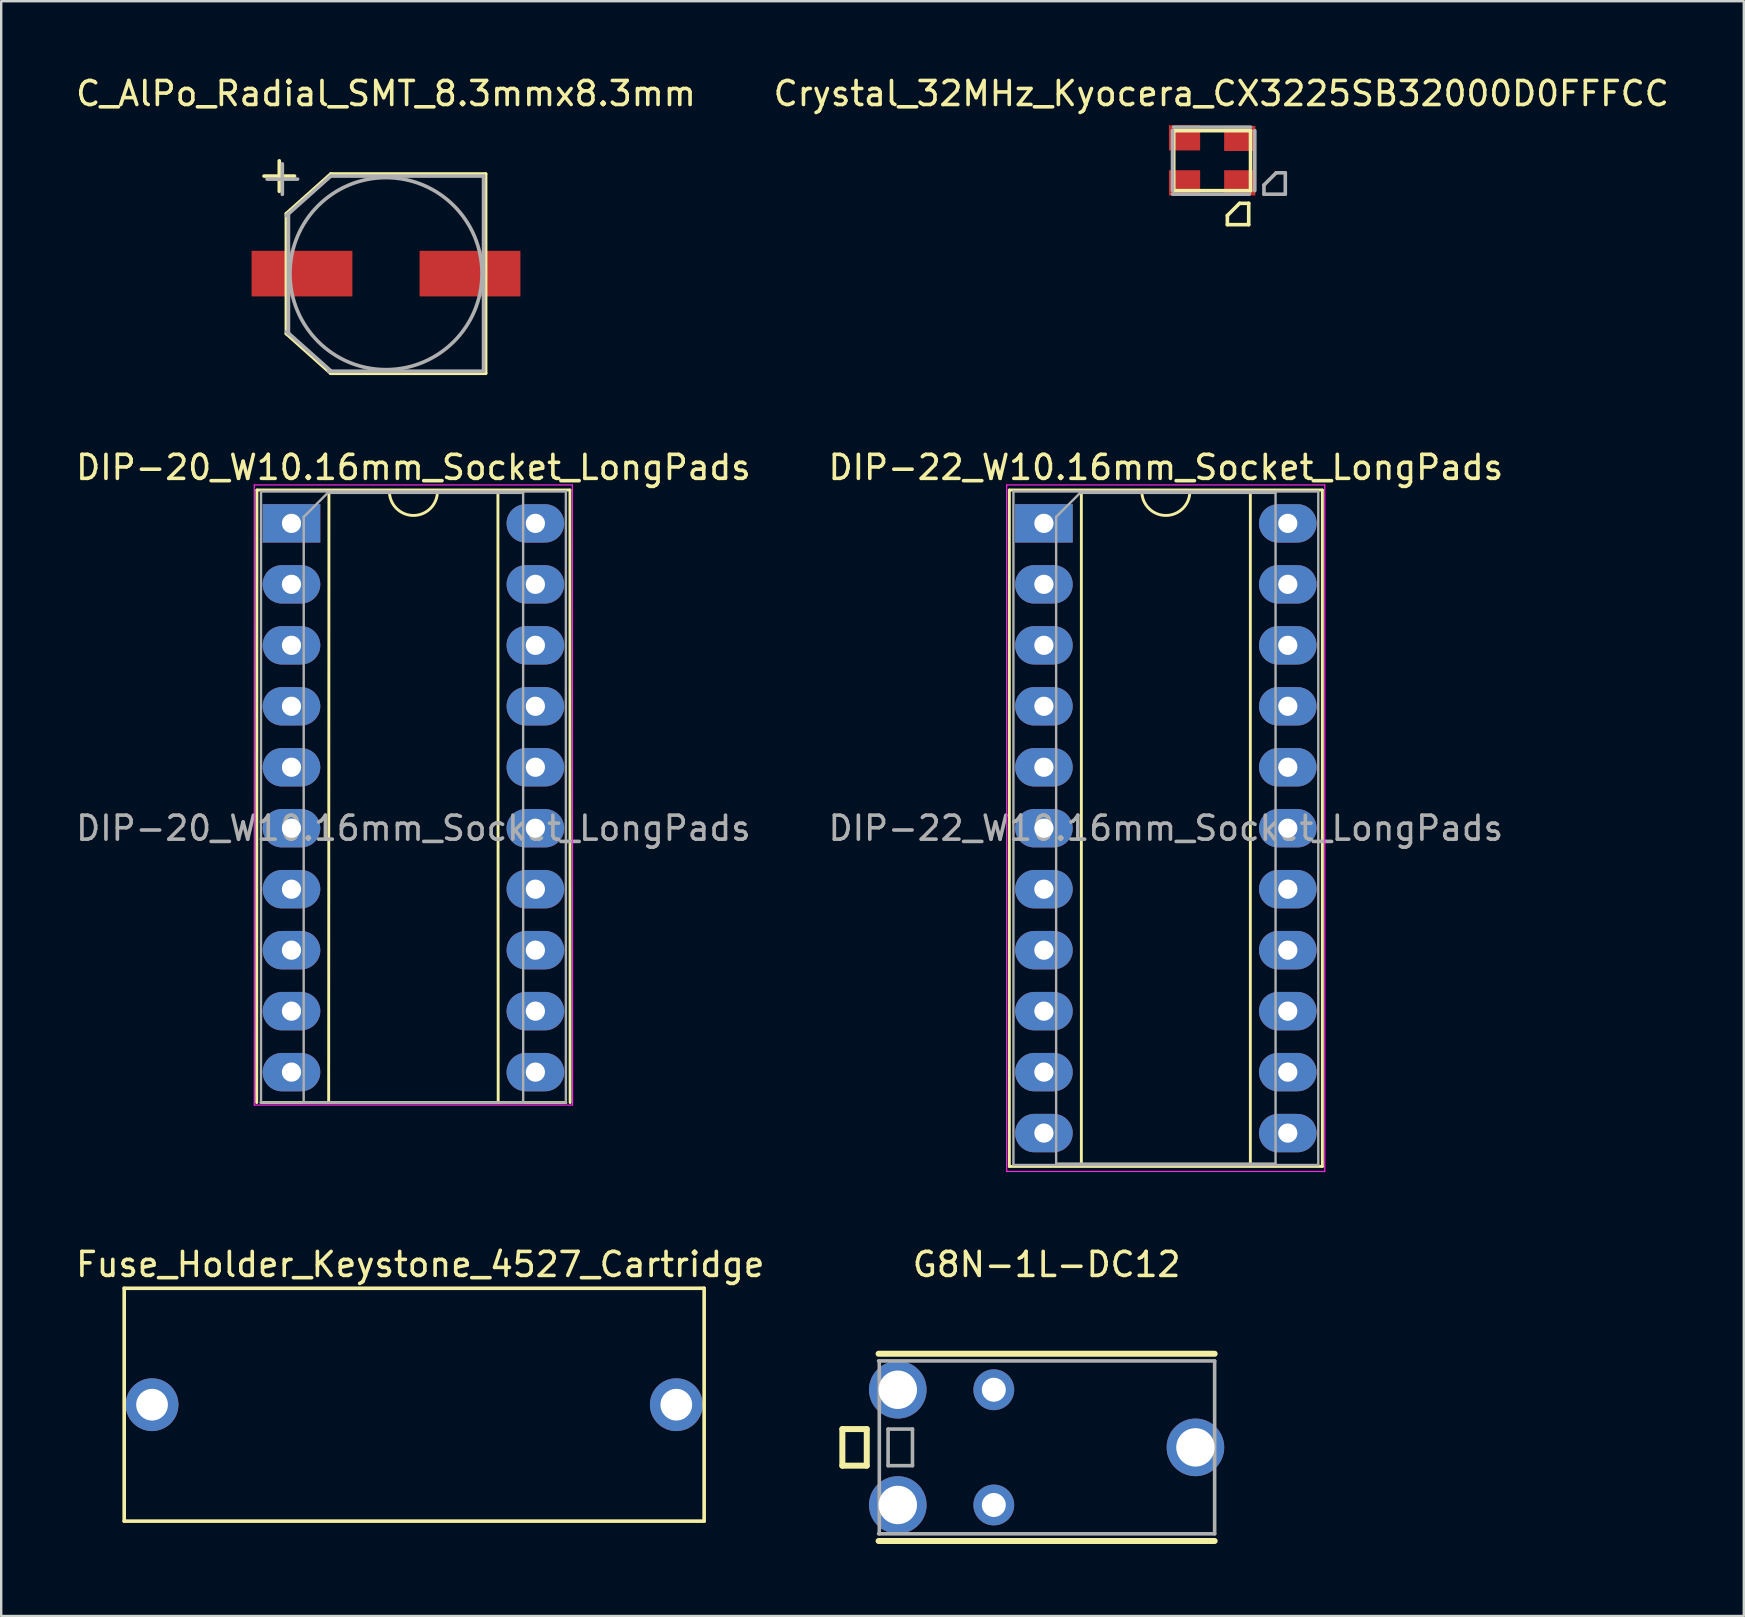
<source format=kicad_pcb>
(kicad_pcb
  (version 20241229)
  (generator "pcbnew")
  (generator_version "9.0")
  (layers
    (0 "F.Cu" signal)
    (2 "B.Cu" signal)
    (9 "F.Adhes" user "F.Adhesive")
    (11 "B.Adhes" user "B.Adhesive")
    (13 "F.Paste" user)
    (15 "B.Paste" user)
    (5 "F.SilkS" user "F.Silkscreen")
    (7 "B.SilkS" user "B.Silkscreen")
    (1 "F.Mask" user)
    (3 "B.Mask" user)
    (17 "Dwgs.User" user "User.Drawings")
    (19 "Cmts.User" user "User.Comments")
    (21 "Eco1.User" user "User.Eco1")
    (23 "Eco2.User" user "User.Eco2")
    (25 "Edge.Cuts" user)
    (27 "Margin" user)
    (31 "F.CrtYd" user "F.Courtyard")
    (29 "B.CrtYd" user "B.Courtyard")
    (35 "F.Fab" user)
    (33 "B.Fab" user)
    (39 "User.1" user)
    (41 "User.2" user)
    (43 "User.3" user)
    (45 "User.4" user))
  (footprint "DIP-20_W10.16mm_Socket_LongPads"
    (layer "F.Cu")
    (at 9.093 18.753)
    (property "Reference" "DIP-20_W10.16mm_Socket_LongPads" (at 5.08 -2.33 0) (layer "F.SilkS") (effects (font (size 1 1) (thickness 0.15))))
    (attr through_hole)
    (fp_line (start -1.44 -1.39) (end -1.448 24.13) (stroke (width 0.12) (type solid)) (layer "F.SilkS"))
    (fp_line (start -1.27 24.13) (end 11.43 24.13) (stroke (width 0.12) (type solid)) (layer "F.SilkS"))
    (fp_line (start 1.27 24.13) (end 8.89 24.13) (stroke (width 0.12) (type solid)) (layer "F.SilkS"))
    (fp_line (start 1.56 -1.33) (end 1.549 24.13) (stroke (width 0.12) (type solid)) (layer "F.SilkS"))
    (fp_line (start 4.08 -1.33) (end 1.56 -1.33) (stroke (width 0.12) (type solid)) (layer "F.SilkS"))
    (fp_line (start 8.6 -1.33) (end 6.08 -1.33) (stroke (width 0.12) (type solid)) (layer "F.SilkS"))
    (fp_line (start 8.611 24.13) (end 8.6 -1.33) (stroke (width 0.12) (type solid)) (layer "F.SilkS"))
    (fp_line (start 11.6 -1.39) (end -1.44 -1.39) (stroke (width 0.12) (type solid)) (layer "F.SilkS"))
    (fp_line (start 11.608 24.13) (end 11.6 -1.39) (stroke (width 0.12) (type solid)) (layer "F.SilkS"))
    (fp_arc (start 6.08 -1.33) (mid 5.08 -0.33) (end 4.08 -1.33) (stroke (width 0.12) (type solid)) (layer "F.SilkS"))
    (fp_line (start -1.55 -1.6) (end -1.549 24.232) (stroke (width 0.05) (type solid)) (layer "F.CrtYd"))
    (fp_line (start -1.549 24.232) (end 11.684 24.232) (stroke (width 0.05) (type solid)) (layer "F.CrtYd"))
    (fp_line (start 11.7 -1.6) (end -1.55 -1.6) (stroke (width 0.05) (type solid)) (layer "F.CrtYd"))
    (fp_line (start 11.709 24.232) (end 11.7 -1.6) (stroke (width 0.05) (type solid)) (layer "F.CrtYd"))
    (fp_line (start -1.27 -1.33) (end -1.27 24.13) (stroke (width 0.1) (type solid)) (layer "F.Fab"))
    (fp_line (start -1.27 24.13) (end 11.43 24.13) (stroke (width 0.1) (type solid)) (layer "F.Fab"))
    (fp_line (start 0.508 24.13) (end 0.51 -0.27) (stroke (width 0.1) (type solid)) (layer "F.Fab"))
    (fp_line (start 0.51 -0.27) (end 1.51 -1.27) (stroke (width 0.1) (type solid)) (layer "F.Fab"))
    (fp_line (start 1.51 -1.27) (end 9.65 -1.27) (stroke (width 0.1) (type solid)) (layer "F.Fab"))
    (fp_line (start 9.65 -1.27) (end 9.652 24.13) (stroke (width 0.1) (type solid)) (layer "F.Fab"))
    (fp_line (start 9.65 24.13) (end 0.51 24.13) (stroke (width 0.1) (type solid)) (layer "F.Fab"))
    (fp_line (start 11.43 -1.33) (end -1.27 -1.33) (stroke (width 0.1) (type solid)) (layer "F.Fab"))
    (fp_line (start 11.43 24.13) (end 11.43 -1.33) (stroke (width 0.1) (type solid)) (layer "F.Fab"))
    (fp_text user "${REFERENCE}" (at 5.08 12.7 0) (layer "F.Fab") (effects (font (size 1 1) (thickness 0.15))))
    (pad "1" thru_hole rect (at 0 0) (size 2.4 1.6) (drill 0.8) (layers "*.Cu" "*.Mask"))
    (pad "2" thru_hole oval (at 0 2.54) (size 2.4 1.6) (drill 0.8) (layers "*.Cu" "*.Mask"))
    (pad "3" thru_hole oval (at 0 5.08) (size 2.4 1.6) (drill 0.8) (layers "*.Cu" "*.Mask"))
    (pad "4" thru_hole oval (at 0 7.62) (size 2.4 1.6) (drill 0.8) (layers "*.Cu" "*.Mask"))
    (pad "5" thru_hole oval (at 0 10.16) (size 2.4 1.6) (drill 0.8) (layers "*.Cu" "*.Mask"))
    (pad "6" thru_hole oval (at 0 12.7) (size 2.4 1.6) (drill 0.8) (layers "*.Cu" "*.Mask"))
    (pad "7" thru_hole oval (at 0 15.24) (size 2.4 1.6) (drill 0.8) (layers "*.Cu" "*.Mask"))
    (pad "8" thru_hole oval (at 0 17.78) (size 2.4 1.6) (drill 0.8) (layers "*.Cu" "*.Mask"))
    (pad "9" thru_hole oval (at 0 20.32) (size 2.4 1.6) (drill 0.8) (layers "*.Cu" "*.Mask"))
    (pad "10" thru_hole oval (at 0 22.86) (size 2.4 1.6) (drill 0.8) (layers "*.Cu" "*.Mask"))
    (pad "13" thru_hole oval (at 10.16 22.86) (size 2.4 1.6) (drill 0.8) (layers "*.Cu" "*.Mask"))
    (pad "14" thru_hole oval (at 10.16 20.32) (size 2.4 1.6) (drill 0.8) (layers "*.Cu" "*.Mask"))
    (pad "15" thru_hole oval (at 10.16 17.78) (size 2.4 1.6) (drill 0.8) (layers "*.Cu" "*.Mask"))
    (pad "16" thru_hole oval (at 10.16 15.24) (size 2.4 1.6) (drill 0.8) (layers "*.Cu" "*.Mask"))
    (pad "17" thru_hole oval (at 10.16 12.7) (size 2.4 1.6) (drill 0.8) (layers "*.Cu" "*.Mask"))
    (pad "18" thru_hole oval (at 10.16 10.16) (size 2.4 1.6) (drill 0.8) (layers "*.Cu" "*.Mask"))
    (pad "19" thru_hole oval (at 10.16 7.62) (size 2.4 1.6) (drill 0.8) (layers "*.Cu" "*.Mask"))
    (pad "20" thru_hole oval (at 10.16 5.08) (size 2.4 1.6) (drill 0.8) (layers "*.Cu" "*.Mask"))
    (pad "21" thru_hole oval (at 10.16 2.54) (size 2.4 1.6) (drill 0.8) (layers "*.Cu" "*.Mask"))
    (pad "22" thru_hole oval (at 10.16 0) (size 2.4 1.6) (drill 0.8) (layers "*.Cu" "*.Mask")))
  (footprint "G8N-1L-DC12"
    (layer "F.Cu")
    (at 40.551 57.246)
    (property "Reference" "G8N-1L-DC12" (at 0 -7.62 0) (layer "F.SilkS") (effects (font (size 1 1) (thickness 0.15))))
    (attr through_hole)
    (fp_line (start -8.509 -0.762) (end -7.493 -0.762) (stroke (width 0.25) (type solid)) (layer "F.SilkS"))
    (fp_line (start -8.509 0.762) (end -8.509 -0.762) (stroke (width 0.25) (type solid)) (layer "F.SilkS"))
    (fp_line (start -7.493 -0.762) (end -7.493 0.762) (stroke (width 0.25) (type solid)) (layer "F.SilkS"))
    (fp_line (start -7.493 0.762) (end -8.509 0.762) (stroke (width 0.25) (type solid)) (layer "F.SilkS"))
    (fp_line (start -7 -3.9) (end 7 -3.9) (stroke (width 0.25) (type solid)) (layer "F.SilkS"))
    (fp_line (start -7 3.9) (end 7 3.9) (stroke (width 0.25) (type solid)) (layer "F.SilkS"))
    (fp_line (start -7 -3.6) (end 7 -3.6) (stroke (width 0.15) (type solid)) (layer "F.Fab"))
    (fp_line (start -7 3.6) (end 7 3.6) (stroke (width 0.15) (type solid)) (layer "F.Fab"))
    (fp_line (start -6.97 -3.6) (end -6.97 3.6) (stroke (width 0.15) (type solid)) (layer "F.Fab"))
    (fp_line (start -6.604 -0.762) (end -5.588 -0.762) (stroke (width 0.15) (type solid)) (layer "F.Fab"))
    (fp_line (start -6.604 0.762) (end -6.604 -0.762) (stroke (width 0.15) (type solid)) (layer "F.Fab"))
    (fp_line (start -5.588 -0.762) (end -5.588 0.762) (stroke (width 0.15) (type solid)) (layer "F.Fab"))
    (fp_line (start -5.588 0.762) (end -6.604 0.762) (stroke (width 0.15) (type solid)) (layer "F.Fab"))
    (fp_line (start 7 -3.6) (end 7 3.6) (stroke (width 0.15) (type solid)) (layer "F.Fab"))
    (pad "1" thru_hole circle (at 6.2 0) (size 2.4 2.4) (drill 1.6) (layers "*.Cu" "*.Mask"))
    (pad "2" thru_hole circle (at -2.2 2.4) (size 1.7 1.7) (drill 1) (layers "*.Cu" "*.Mask"))
    (pad "3" thru_hole circle (at -6.2 2.4) (size 2.4 2.4) (drill 1.6) (layers "*.Cu" "*.Mask"))
    (pad "4" thru_hole circle (at -6.2 -2.4) (size 2.4 2.4) (drill 1.6) (layers "*.Cu" "*.Mask"))
    (pad "5" thru_hole circle (at -2.2 -2.4) (size 1.7 1.7) (drill 1) (layers "*.Cu" "*.Mask")))
  (footprint "Fuse_Holder_Keystone_4527_Cartridge"
    (layer "F.Cu")
    (at 14.204 55.468)
    (property "Reference" "Fuse_Holder_Keystone_4527_Cartridge" (at 0.254 -5.842 0) (layer "F.SilkS") (effects (font (size 1 1) (thickness 0.15))))
    (attr through_hole)
    (fp_line (start -12.08 -4.85) (end -12.08 4.85) (stroke (width 0.15) (type solid)) (layer "F.SilkS"))
    (fp_line (start -12.08 4.85) (end 12.08 4.85) (stroke (width 0.15) (type solid)) (layer "F.SilkS"))
    (fp_line (start 12.08 -4.85) (end -12.08 -4.85) (stroke (width 0.15) (type solid)) (layer "F.SilkS"))
    (fp_line (start 12.08 4.85) (end 12.08 -4.85) (stroke (width 0.15) (type solid)) (layer "F.SilkS"))
    (pad "1" thru_hole circle (at -10.92 0) (size 2.2 2.2) (drill 1.32) (layers "*.Cu" "*.Mask"))
    (pad "2" thru_hole circle (at 10.92 0) (size 2.2 2.2) (drill 1.32) (layers "*.Cu" "*.Mask")))
  (footprint "DIP-22_W10.16mm_Socket_LongPads"
    (layer "F.Cu")
    (at 40.438 18.753)
    (property "Reference" "DIP-22_W10.16mm_Socket_LongPads" (at 5.08 -2.33 0) (layer "F.SilkS") (effects (font (size 1 1) (thickness 0.15))))
    (attr through_hole)
    (fp_line (start -1.44 -1.39) (end -1.44 26.79) (stroke (width 0.12) (type solid)) (layer "F.SilkS"))
    (fp_line (start -1.44 26.79) (end 11.6 26.79) (stroke (width 0.12) (type solid)) (layer "F.SilkS"))
    (fp_line (start 1.56 -1.33) (end 1.56 26.73) (stroke (width 0.12) (type solid)) (layer "F.SilkS"))
    (fp_line (start 1.56 26.73) (end 8.6 26.73) (stroke (width 0.12) (type solid)) (layer "F.SilkS"))
    (fp_line (start 4.08 -1.33) (end 1.56 -1.33) (stroke (width 0.12) (type solid)) (layer "F.SilkS"))
    (fp_line (start 8.6 -1.33) (end 6.08 -1.33) (stroke (width 0.12) (type solid)) (layer "F.SilkS"))
    (fp_line (start 8.6 26.73) (end 8.6 -1.33) (stroke (width 0.12) (type solid)) (layer "F.SilkS"))
    (fp_line (start 11.6 -1.39) (end -1.44 -1.39) (stroke (width 0.12) (type solid)) (layer "F.SilkS"))
    (fp_line (start 11.6 26.79) (end 11.6 -1.39) (stroke (width 0.12) (type solid)) (layer "F.SilkS"))
    (fp_arc (start 6.08 -1.33) (mid 5.08 -0.33) (end 4.08 -1.33) (stroke (width 0.12) (type solid)) (layer "F.SilkS"))
    (fp_line (start -1.55 -1.6) (end -1.55 27) (stroke (width 0.05) (type solid)) (layer "F.CrtYd"))
    (fp_line (start -1.55 27) (end 11.7 27) (stroke (width 0.05) (type solid)) (layer "F.CrtYd"))
    (fp_line (start 11.7 -1.6) (end -1.55 -1.6) (stroke (width 0.05) (type solid)) (layer "F.CrtYd"))
    (fp_line (start 11.7 27) (end 11.7 -1.6) (stroke (width 0.05) (type solid)) (layer "F.CrtYd"))
    (fp_line (start -1.27 -1.33) (end -1.27 26.73) (stroke (width 0.1) (type solid)) (layer "F.Fab"))
    (fp_line (start -1.27 26.73) (end 11.43 26.73) (stroke (width 0.1) (type solid)) (layer "F.Fab"))
    (fp_line (start 0.51 -0.27) (end 1.51 -1.27) (stroke (width 0.1) (type solid)) (layer "F.Fab"))
    (fp_line (start 0.51 26.67) (end 0.51 -0.27) (stroke (width 0.1) (type solid)) (layer "F.Fab"))
    (fp_line (start 1.51 -1.27) (end 9.65 -1.27) (stroke (width 0.1) (type solid)) (layer "F.Fab"))
    (fp_line (start 9.65 -1.27) (end 9.65 26.67) (stroke (width 0.1) (type solid)) (layer "F.Fab"))
    (fp_line (start 9.65 26.67) (end 0.51 26.67) (stroke (width 0.1) (type solid)) (layer "F.Fab"))
    (fp_line (start 11.43 -1.33) (end -1.27 -1.33) (stroke (width 0.1) (type solid)) (layer "F.Fab"))
    (fp_line (start 11.43 26.73) (end 11.43 -1.33) (stroke (width 0.1) (type solid)) (layer "F.Fab"))
    (fp_text user "${REFERENCE}" (at 5.08 12.7 0) (layer "F.Fab") (effects (font (size 1 1) (thickness 0.15))))
    (pad "1" thru_hole rect (at 0 0) (size 2.4 1.6) (drill 0.8) (layers "*.Cu" "*.Mask"))
    (pad "2" thru_hole oval (at 0 2.54) (size 2.4 1.6) (drill 0.8) (layers "*.Cu" "*.Mask"))
    (pad "3" thru_hole oval (at 0 5.08) (size 2.4 1.6) (drill 0.8) (layers "*.Cu" "*.Mask"))
    (pad "4" thru_hole oval (at 0 7.62) (size 2.4 1.6) (drill 0.8) (layers "*.Cu" "*.Mask"))
    (pad "5" thru_hole oval (at 0 10.16) (size 2.4 1.6) (drill 0.8) (layers "*.Cu" "*.Mask"))
    (pad "6" thru_hole oval (at 0 12.7) (size 2.4 1.6) (drill 0.8) (layers "*.Cu" "*.Mask"))
    (pad "7" thru_hole oval (at 0 15.24) (size 2.4 1.6) (drill 0.8) (layers "*.Cu" "*.Mask"))
    (pad "8" thru_hole oval (at 0 17.78) (size 2.4 1.6) (drill 0.8) (layers "*.Cu" "*.Mask"))
    (pad "9" thru_hole oval (at 0 20.32) (size 2.4 1.6) (drill 0.8) (layers "*.Cu" "*.Mask"))
    (pad "10" thru_hole oval (at 0 22.86) (size 2.4 1.6) (drill 0.8) (layers "*.Cu" "*.Mask"))
    (pad "11" thru_hole oval (at 0 25.4) (size 2.4 1.6) (drill 0.8) (layers "*.Cu" "*.Mask"))
    (pad "12" thru_hole oval (at 10.16 25.4) (size 2.4 1.6) (drill 0.8) (layers "*.Cu" "*.Mask"))
    (pad "13" thru_hole oval (at 10.16 22.86) (size 2.4 1.6) (drill 0.8) (layers "*.Cu" "*.Mask"))
    (pad "14" thru_hole oval (at 10.16 20.32) (size 2.4 1.6) (drill 0.8) (layers "*.Cu" "*.Mask"))
    (pad "15" thru_hole oval (at 10.16 17.78) (size 2.4 1.6) (drill 0.8) (layers "*.Cu" "*.Mask"))
    (pad "16" thru_hole oval (at 10.16 15.24) (size 2.4 1.6) (drill 0.8) (layers "*.Cu" "*.Mask"))
    (pad "17" thru_hole oval (at 10.16 12.7) (size 2.4 1.6) (drill 0.8) (layers "*.Cu" "*.Mask"))
    (pad "18" thru_hole oval (at 10.16 10.16) (size 2.4 1.6) (drill 0.8) (layers "*.Cu" "*.Mask"))
    (pad "19" thru_hole oval (at 10.16 7.62) (size 2.4 1.6) (drill 0.8) (layers "*.Cu" "*.Mask"))
    (pad "20" thru_hole oval (at 10.16 5.08) (size 2.4 1.6) (drill 0.8) (layers "*.Cu" "*.Mask"))
    (pad "21" thru_hole oval (at 10.16 2.54) (size 2.4 1.6) (drill 0.8) (layers "*.Cu" "*.Mask"))
    (pad "22" thru_hole oval (at 10.16 0) (size 2.4 1.6) (drill 0.8) (layers "*.Cu" "*.Mask")))
  (footprint "Crystal_32MHz_Kyocera_CX3225SB32000D0FFFCC"
    (layer "F.Cu")
    (at 47.446 3.642)
    (property "Reference" "Crystal_32MHz_Kyocera_CX3225SB32000D0FFFCC" (at 0.381 -2.794 0) (layer "F.SilkS") (effects (font (size 1 1) (thickness 0.15))))
    (attr through_hole)
    (fp_line (start -1.6 -1.25) (end -1.6 1.25) (stroke (width 0.15) (type solid)) (layer "F.SilkS"))
    (fp_line (start -1.6 1.25) (end 1.6 1.25) (stroke (width 0.15) (type solid)) (layer "F.SilkS"))
    (fp_line (start 0.635 2.286) (end 0.635 2.667) (stroke (width 0.15) (type solid)) (layer "F.SilkS"))
    (fp_line (start 0.635 2.667) (end 1.524 2.667) (stroke (width 0.15) (type solid)) (layer "F.SilkS"))
    (fp_line (start 1.143 1.778) (end 0.635 2.286) (stroke (width 0.15) (type solid)) (layer "F.SilkS"))
    (fp_line (start 1.524 1.778) (end 1.143 1.778) (stroke (width 0.15) (type solid)) (layer "F.SilkS"))
    (fp_line (start 1.524 2.667) (end 1.524 1.778) (stroke (width 0.15) (type solid)) (layer "F.SilkS"))
    (fp_line (start 1.6 -1.25) (end -1.6 -1.25) (stroke (width 0.15) (type solid)) (layer "F.SilkS"))
    (fp_line (start 1.6 1.25) (end 1.6 -1.25) (stroke (width 0.15) (type solid)) (layer "F.SilkS"))
    (fp_line (start -1.651 -1.25) (end -1.651 1.25) (stroke (width 0.15) (type solid)) (layer "F.Fab"))
    (fp_line (start -1.651 1.397) (end 1.549 1.397) (stroke (width 0.15) (type solid)) (layer "F.Fab"))
    (fp_line (start 1.6 -1.397) (end -1.6 -1.397) (stroke (width 0.15) (type solid)) (layer "F.Fab"))
    (fp_line (start 1.778 1.25) (end 1.778 -1.25) (stroke (width 0.15) (type solid)) (layer "F.Fab"))
    (fp_line (start 2.159 1.016) (end 2.159 1.397) (stroke (width 0.15) (type solid)) (layer "F.Fab"))
    (fp_line (start 2.159 1.397) (end 3.048 1.397) (stroke (width 0.15) (type solid)) (layer "F.Fab"))
    (fp_line (start 2.667 0.508) (end 2.159 1.016) (stroke (width 0.15) (type solid)) (layer "F.Fab"))
    (fp_line (start 3.048 0.508) (end 2.667 0.508) (stroke (width 0.15) (type solid)) (layer "F.Fab"))
    (fp_line (start 3.048 1.397) (end 3.048 0.508) (stroke (width 0.15) (type solid)) (layer "F.Fab"))
    (pad "1" smd rect (at -1.15 0.925) (size 1.3 1.05) (layers "F.Cu" "F.Mask" "F.Paste"))
    (pad "2" smd rect (at 1.15 0.925) (size 1.3 1.05) (layers "F.Cu" "F.Mask" "F.Paste"))
    (pad "3" smd rect (at 1.15 -0.925) (size 1.3 1.05) (layers "F.Cu" "F.Mask" "F.Paste"))
    (pad "4" smd rect (at -1.15 -0.95) (size 1.3 1.05) (layers "F.Cu" "F.Mask" "F.Paste")))
  (footprint "C_AlPo_Radial_SMT_8.3mmx8.3mm"
    (layer "F.Cu")
    (at 13.03 8.349)
    (property "Reference" "C_AlPo_Radial_SMT_8.3mmx8.3mm" (at 0 -7.501 0) (layer "F.SilkS") (effects (font (size 1 1) (thickness 0.15))))
    (attr through_hole)
    (fp_line (start -5.08 -4.064) (end -3.81 -4.064) (stroke (width 0.15) (type solid)) (layer "F.SilkS"))
    (fp_line (start -4.445 -4.699) (end -4.445 -3.429) (stroke (width 0.15) (type solid)) (layer "F.SilkS"))
    (fp_line (start -4.15 -2.5) (end -4.15 2.5) (stroke (width 0.15) (type solid)) (layer "F.SilkS"))
    (fp_line (start -4.15 -2.5) (end -2.3 -4.15) (stroke (width 0.15) (type solid)) (layer "F.SilkS"))
    (fp_line (start -4.15 2.5) (end -2.3 4.15) (stroke (width 0.15) (type solid)) (layer "F.SilkS"))
    (fp_line (start -2.3 4.15) (end 4.15 4.15) (stroke (width 0.15) (type solid)) (layer "F.SilkS"))
    (fp_line (start 4.15 -4.15) (end -2.3 -4.15) (stroke (width 0.15) (type solid)) (layer "F.SilkS"))
    (fp_line (start 4.15 4.15) (end 4.15 -4.15) (stroke (width 0.15) (type solid)) (layer "F.SilkS"))
    (fp_line (start -4.953 -3.937) (end -3.683 -3.937) (stroke (width 0.15) (type solid)) (layer "F.Fab"))
    (fp_line (start -4.318 -4.572) (end -4.318 -3.302) (stroke (width 0.15) (type solid)) (layer "F.Fab"))
    (fp_line (start -4.15 -2.414) (end -2.3 -4.064) (stroke (width 0.15) (type solid)) (layer "F.Fab"))
    (fp_line (start -4.136 2.414) (end -2.286 4.064) (stroke (width 0.15) (type solid)) (layer "F.Fab"))
    (fp_line (start -4.064 -2.5) (end -4.064 2.5) (stroke (width 0.15) (type solid)) (layer "F.Fab"))
    (fp_line (start -2.386 4.064) (end 4.064 4.064) (stroke (width 0.15) (type solid)) (layer "F.Fab"))
    (fp_line (start 4.064 -4.064) (end -2.286 -4.064) (stroke (width 0.15) (type solid)) (layer "F.Fab"))
    (fp_line (start 4.064 4.064) (end 4.064 -4.064) (stroke (width 0.15) (type solid)) (layer "F.Fab"))
    (fp_circle (center 0 0) (end 4 0) (stroke (width 0.15) (type solid)) (fill no) (layer "F.Fab"))
    (pad "1" smd rect (at -3.5 0) (size 4.2 1.9) (layers "F.Cu" "F.Mask" "F.Paste"))
    (pad "2" smd rect (at 3.5 0) (size 4.2 1.9) (layers "F.Cu" "F.Mask" "F.Paste")))
  (gr_rect
    (start -3 -3)
    (end 69.595 64.271)
    (stroke (width 0.1) (type default))
    (fill no)
    (layer "Edge.Cuts")))
</source>
